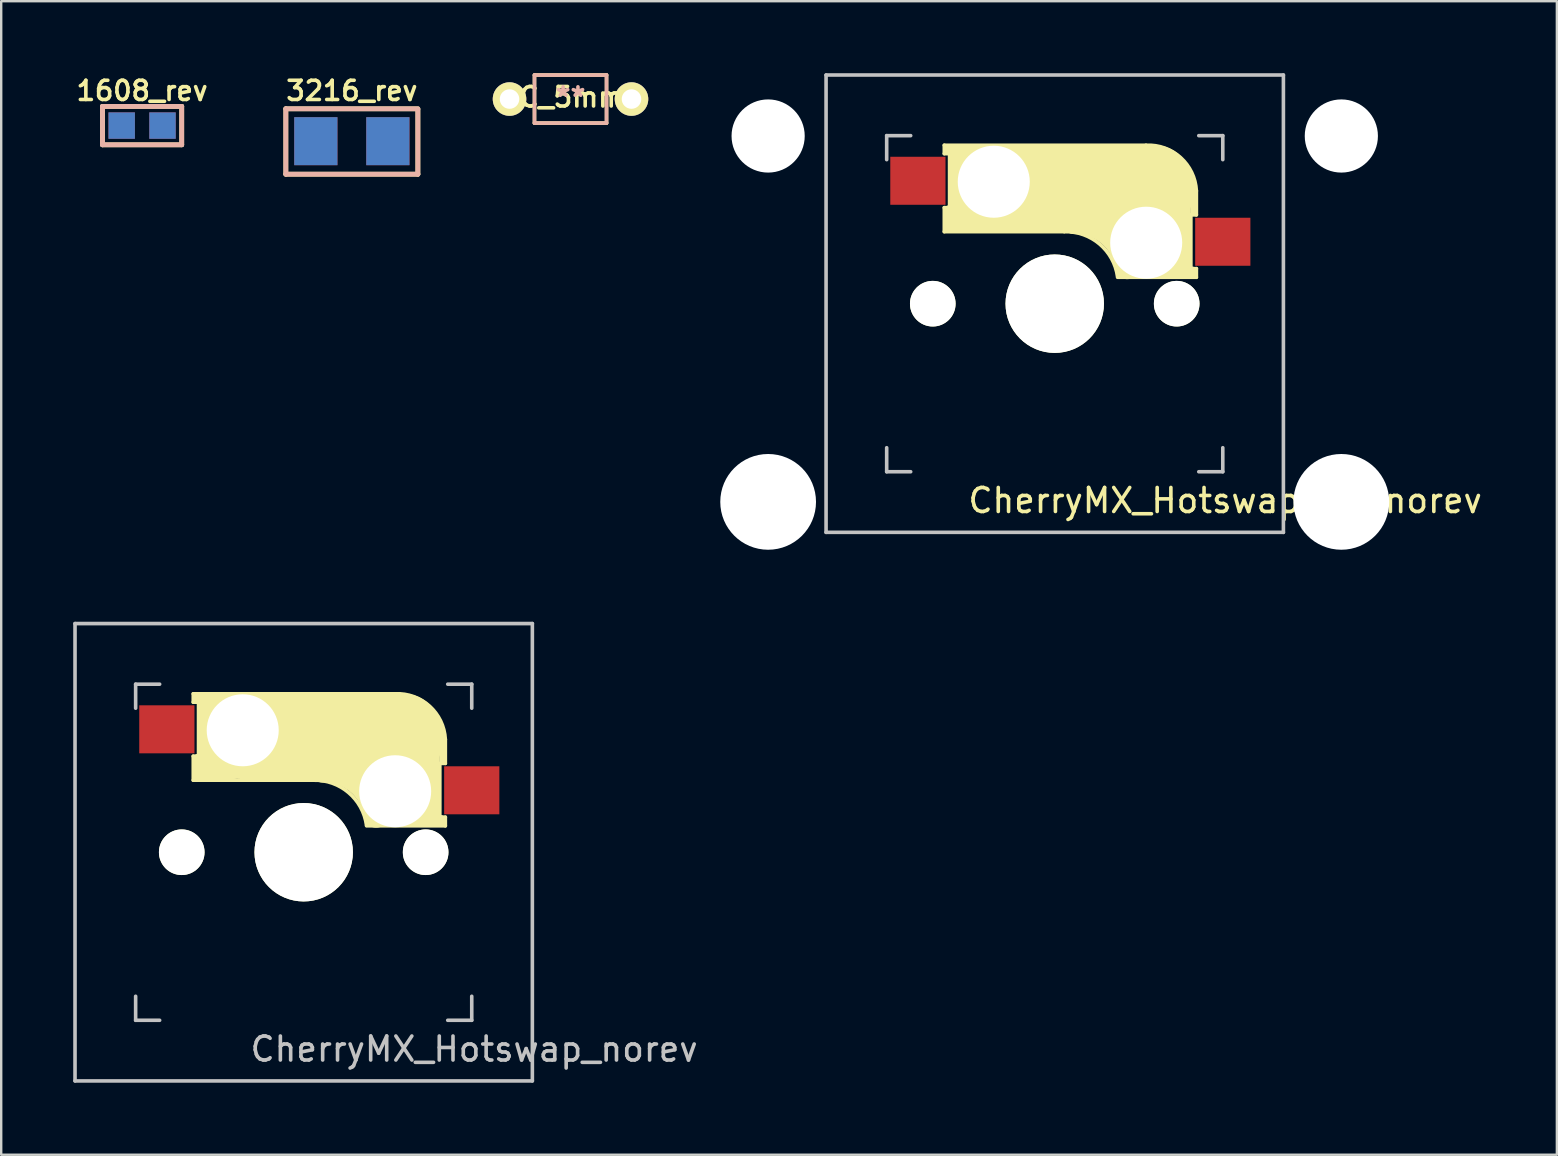
<source format=kicad_pcb>
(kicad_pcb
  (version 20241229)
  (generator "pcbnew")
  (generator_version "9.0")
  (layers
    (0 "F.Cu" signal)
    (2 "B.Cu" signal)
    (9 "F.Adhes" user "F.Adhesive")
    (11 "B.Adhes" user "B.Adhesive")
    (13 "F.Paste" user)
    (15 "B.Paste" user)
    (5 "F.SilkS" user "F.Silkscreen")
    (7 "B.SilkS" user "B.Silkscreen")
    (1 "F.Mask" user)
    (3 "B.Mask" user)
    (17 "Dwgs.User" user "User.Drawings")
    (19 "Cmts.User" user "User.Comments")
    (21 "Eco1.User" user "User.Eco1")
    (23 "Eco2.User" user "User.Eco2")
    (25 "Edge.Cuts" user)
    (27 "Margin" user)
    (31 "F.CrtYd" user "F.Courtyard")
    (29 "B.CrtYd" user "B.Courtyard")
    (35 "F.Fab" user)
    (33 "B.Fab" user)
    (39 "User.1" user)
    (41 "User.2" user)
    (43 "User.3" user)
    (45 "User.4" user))
  (footprint "C_5mm"
    (layer "F.Cu")
    (at 20.714 1.076)
    (property "Reference" "C_5mm" (at 0.05 -0.08 0) (layer "F.SilkS") (effects (font (size 0.813 0.813) (thickness 0.15))))
    (attr through_hole)
    (fp_line (start -1.501 -1.001) (end -1.501 1.001) (stroke (width 0.15) (type solid)) (layer "F.SilkS"))
    (fp_line (start -1.501 1.001) (end 1.501 1.001) (stroke (width 0.15) (type solid)) (layer "F.SilkS"))
    (fp_line (start 1.501 -1.001) (end -1.501 -1.001) (stroke (width 0.15) (type solid)) (layer "F.SilkS"))
    (fp_line (start 1.501 1.001) (end 1.501 -1.001) (stroke (width 0.15) (type solid)) (layer "F.SilkS"))
    (fp_line (start -1.5 -1) (end 1.5 -1) (stroke (width 0.15) (type solid)) (layer "B.SilkS"))
    (fp_line (start -1.5 1) (end -1.5 -1) (stroke (width 0.15) (type solid)) (layer "B.SilkS"))
    (fp_line (start 1.5 -1) (end 1.5 1) (stroke (width 0.15) (type solid)) (layer "B.SilkS"))
    (fp_line (start 1.5 1) (end -1.5 1) (stroke (width 0.15) (type solid)) (layer "B.SilkS"))
    (fp_text user "**" (at 0 -0.064 0) (layer "B.SilkS") (effects (font (size 0.813 0.813) (thickness 0.15)) (justify mirror)))
    (pad "1" thru_hole circle (at -2.54 0) (size 1.397 1.397) (drill 0.813) (layers "*.Cu" "*.Mask" "F.SilkS"))
    (pad "2" thru_hole circle (at 2.54 0) (size 1.397 1.397) (drill 0.813) (layers "*.Cu" "*.Mask" "F.SilkS")))
  (footprint "CherryMX_Hotswap_norev"
    (layer "F.Cu")
    (at 9.6 32.449)
    (property "Reference" "CherryMX_Hotswap_norev" (at 7.1 8.2 0) (layer "Dwgs.User") (effects (font (size 1 1) (thickness 0.15))))
    (attr through_hole)
    (fp_line (start -4.6 -6.6) (end 3.8 -6.6) (stroke (width 0.15) (type solid)) (layer "F.SilkS"))
    (fp_line (start -4.6 -6.25) (end -4.6 -6.6) (stroke (width 0.15) (type solid)) (layer "F.SilkS"))
    (fp_line (start -4.6 -4) (end -4.4 -4) (stroke (width 0.15) (type solid)) (layer "F.SilkS"))
    (fp_line (start -4.6 -3) (end -4.6 -4) (stroke (width 0.15) (type solid)) (layer "F.SilkS"))
    (fp_line (start -4.4 -6.4) (end -3 -6.4) (stroke (width 0.4) (type solid)) (layer "F.SilkS"))
    (fp_line (start -4.4 -6.25) (end -4.6 -6.25) (stroke (width 0.15) (type solid)) (layer "F.SilkS"))
    (fp_line (start -4.4 -3.9) (end -4.4 -3.2) (stroke (width 0.4) (type solid)) (layer "F.SilkS"))
    (fp_line (start -4.38 -4) (end -4.38 -6.25) (stroke (width 0.15) (type solid)) (layer "F.SilkS"))
    (fp_line (start -4.3 -3.3) (end -2.9 -3.3) (stroke (width 0.5) (type solid)) (layer "F.SilkS"))
    (fp_line (start -3.9 -6) (end -3.9 -3.5) (stroke (width 1) (type solid)) (layer "F.SilkS"))
    (fp_line (start -2.6 -4.8) (end 4.1 -4.8) (stroke (width 3.5) (type solid)) (layer "F.SilkS"))
    (fp_line (start 0.4 -3) (end -4.6 -3) (stroke (width 0.15) (type solid)) (layer "F.SilkS"))
    (fp_line (start 4.17 -5.1) (end 4.17 -2.86) (stroke (width 3) (type solid)) (layer "F.SilkS"))
    (fp_line (start 5.3 -1.6) (end 5.3 -3.4) (stroke (width 0.8) (type solid)) (layer "F.SilkS"))
    (fp_line (start 5.67 -3.7) (end 5.67 -1.46) (stroke (width 0.15) (type solid)) (layer "F.SilkS"))
    (fp_line (start 5.7 -1.46) (end 5.9 -1.46) (stroke (width 0.15) (type solid)) (layer "F.SilkS"))
    (fp_line (start 5.7 -1.3) (end 3 -1.3) (stroke (width 0.5) (type solid)) (layer "F.SilkS"))
    (fp_line (start 5.8 -3.8) (end 5.8 -4.7) (stroke (width 0.3) (type solid)) (layer "F.SilkS"))
    (fp_line (start 5.9 -4.7) (end 5.9 -3.7) (stroke (width 0.15) (type solid)) (layer "F.SilkS"))
    (fp_line (start 5.9 -3.7) (end 5.7 -3.7) (stroke (width 0.15) (type solid)) (layer "F.SilkS"))
    (fp_line (start 5.9 -1.1) (end 2.62 -1.1) (stroke (width 0.15) (type solid)) (layer "F.SilkS"))
    (fp_line (start 5.9 -1.1) (end 5.9 -1.46) (stroke (width 0.15) (type solid)) (layer "F.SilkS"))
    (fp_arc (start 0.4 -3) (mid 1.868709 -2.486118) (end 2.616318 -1.121471) (stroke (width 0.15) (type solid)) (layer "F.SilkS"))
    (fp_arc (start 0.8 -3.4) (mid 2.268709 -2.886118) (end 3.016318 -1.521471) (stroke (width 1) (type solid)) (layer "F.SilkS"))
    (fp_arc (start 3.8 -6.600001) (mid 5.243504 -6.084925) (end 5.900001 -4.7) (stroke (width 0.15) (type solid)) (layer "F.SilkS"))
    (fp_line (start -9.525 -9.525) (end 9.525 -9.525) (stroke (width 0.15) (type solid)) (layer "Dwgs.User"))
    (fp_line (start -9.525 9.525) (end -9.525 -9.525) (stroke (width 0.15) (type solid)) (layer "Dwgs.User"))
    (fp_line (start -7 -7) (end -6 -7) (stroke (width 0.15) (type solid)) (layer "Dwgs.User"))
    (fp_line (start -7 -6) (end -7 -7) (stroke (width 0.15) (type solid)) (layer "Dwgs.User"))
    (fp_line (start -7 6) (end -7 7) (stroke (width 0.15) (type solid)) (layer "Dwgs.User"))
    (fp_line (start -7 7) (end -6 7) (stroke (width 0.15) (type solid)) (layer "Dwgs.User"))
    (fp_line (start 6 7) (end 7 7) (stroke (width 0.15) (type solid)) (layer "Dwgs.User"))
    (fp_line (start 7 -7) (end 6 -7) (stroke (width 0.15) (type solid)) (layer "Dwgs.User"))
    (fp_line (start 7 -7) (end 7 -6) (stroke (width 0.15) (type solid)) (layer "Dwgs.User"))
    (fp_line (start 7 7) (end 7 6) (stroke (width 0.15) (type solid)) (layer "Dwgs.User"))
    (fp_line (start 9.525 -9.525) (end 9.525 9.525) (stroke (width 0.15) (type solid)) (layer "Dwgs.User"))
    (fp_line (start 9.525 9.525) (end -9.525 9.525) (stroke (width 0.15) (type solid)) (layer "Dwgs.User"))
    (pad "" np_thru_hole circle (at -5.08 0) (size 1.9 1.9) (drill 1.9) (layers "*.Cu" "*.Mask" "F.SilkS"))
    (pad "" np_thru_hole circle (at -2.54 -5.08 180) (size 3 3) (drill 3) (layers "*.Cu" "*.Mask"))
    (pad "" np_thru_hole circle (at 0 0 90) (size 4.1 4.1) (drill 4.1) (layers "*.Cu" "*.Mask" "F.SilkS"))
    (pad "" np_thru_hole circle (at 3.81 -2.54 180) (size 3 3) (drill 3) (layers "*.Cu" "*.Mask"))
    (pad "" np_thru_hole circle (at 5.08 0) (size 1.9 1.9) (drill 1.9) (layers "*.Cu" "*.Mask" "F.SilkS"))
    (pad "1" smd rect (at 7 -2.58 180) (size 2.3 2) (layers "F.Cu" "F.Mask" "F.Paste"))
    (pad "2" smd rect (at -5.7 -5.12 180) (size 2.3 2) (layers "F.Cu" "F.Mask" "F.Paste")))
  (footprint "3216_rev"
    (layer "F.Cu")
    (at 11.606 2.831)
    (property "Reference" "3216_rev" (at 0 -2.1 0) (layer "F.SilkS") (effects (font (size 0.8 0.8) (thickness 0.15))))
    (attr smd)
    (fp_line (start -2.75 -1.35) (end -2.75 1.375) (stroke (width 0.2) (type solid)) (layer "F.SilkS"))
    (fp_line (start -2.75 -1.35) (end 2.75 -1.35) (stroke (width 0.2) (type solid)) (layer "F.SilkS"))
    (fp_line (start 2.75 1.375) (end -2.75 1.375) (stroke (width 0.2) (type solid)) (layer "F.SilkS"))
    (fp_line (start 2.75 1.375) (end 2.75 -1.325) (stroke (width 0.2) (type solid)) (layer "F.SilkS"))
    (fp_line (start -2.75 -1.35) (end -2.75 1.375) (stroke (width 0.2) (type solid)) (layer "B.SilkS"))
    (fp_line (start -2.75 -1.35) (end 2.75 -1.35) (stroke (width 0.2) (type solid)) (layer "B.SilkS"))
    (fp_line (start 2.75 1.375) (end -2.75 1.375) (stroke (width 0.2) (type solid)) (layer "B.SilkS"))
    (fp_line (start 2.75 1.375) (end 2.75 -1.325) (stroke (width 0.2) (type solid)) (layer "B.SilkS"))
    (pad "1" smd rect (at -1.5 0) (size 1.8 2) (layers "F.Cu" "F.Mask" "F.Paste"))
    (pad "1" smd rect (at -1.5 0) (size 1.8 2) (layers "B.Cu" "B.Mask" "B.Paste"))
    (pad "2" smd rect (at 1.5 0) (size 1.8 2) (layers "F.Cu" "F.Mask" "F.Paste"))
    (pad "2" smd rect (at 1.5 0) (size 1.8 2) (layers "B.Cu" "B.Mask" "B.Paste")))
  (footprint "CherryMX_Hotswap_2U_norev"
    (layer "F.Cu")
    (at 40.884 9.6)
    (property "Reference" "CherryMX_Hotswap_2U_norev" (at 7.1 8.2 0) (layer "F.SilkS") (effects (font (size 1 1) (thickness 0.15))))
    (attr through_hole)
    (fp_line (start -4.6 -6.6) (end 3.8 -6.6) (stroke (width 0.15) (type solid)) (layer "F.SilkS"))
    (fp_line (start -4.6 -6.25) (end -4.6 -6.6) (stroke (width 0.15) (type solid)) (layer "F.SilkS"))
    (fp_line (start -4.6 -4) (end -4.4 -4) (stroke (width 0.15) (type solid)) (layer "F.SilkS"))
    (fp_line (start -4.6 -3) (end -4.6 -4) (stroke (width 0.15) (type solid)) (layer "F.SilkS"))
    (fp_line (start -4.4 -6.4) (end -3 -6.4) (stroke (width 0.4) (type solid)) (layer "F.SilkS"))
    (fp_line (start -4.4 -6.25) (end -4.6 -6.25) (stroke (width 0.15) (type solid)) (layer "F.SilkS"))
    (fp_line (start -4.4 -3.9) (end -4.4 -3.2) (stroke (width 0.4) (type solid)) (layer "F.SilkS"))
    (fp_line (start -4.38 -4) (end -4.38 -6.25) (stroke (width 0.15) (type solid)) (layer "F.SilkS"))
    (fp_line (start -4.3 -3.3) (end -2.9 -3.3) (stroke (width 0.5) (type solid)) (layer "F.SilkS"))
    (fp_line (start -3.9 -6) (end -3.9 -3.5) (stroke (width 1) (type solid)) (layer "F.SilkS"))
    (fp_line (start -2.6 -4.8) (end 4.1 -4.8) (stroke (width 3.5) (type solid)) (layer "F.SilkS"))
    (fp_line (start 0.4 -3) (end -4.6 -3) (stroke (width 0.15) (type solid)) (layer "F.SilkS"))
    (fp_line (start 4.17 -5.1) (end 4.17 -2.86) (stroke (width 3) (type solid)) (layer "F.SilkS"))
    (fp_line (start 5.3 -1.6) (end 5.3 -3.4) (stroke (width 0.8) (type solid)) (layer "F.SilkS"))
    (fp_line (start 5.67 -3.7) (end 5.67 -1.46) (stroke (width 0.15) (type solid)) (layer "F.SilkS"))
    (fp_line (start 5.7 -1.46) (end 5.9 -1.46) (stroke (width 0.15) (type solid)) (layer "F.SilkS"))
    (fp_line (start 5.7 -1.3) (end 3 -1.3) (stroke (width 0.5) (type solid)) (layer "F.SilkS"))
    (fp_line (start 5.8 -3.8) (end 5.8 -4.7) (stroke (width 0.3) (type solid)) (layer "F.SilkS"))
    (fp_line (start 5.9 -4.7) (end 5.9 -3.7) (stroke (width 0.15) (type solid)) (layer "F.SilkS"))
    (fp_line (start 5.9 -3.7) (end 5.7 -3.7) (stroke (width 0.15) (type solid)) (layer "F.SilkS"))
    (fp_line (start 5.9 -1.1) (end 2.62 -1.1) (stroke (width 0.15) (type solid)) (layer "F.SilkS"))
    (fp_line (start 5.9 -1.1) (end 5.9 -1.46) (stroke (width 0.15) (type solid)) (layer "F.SilkS"))
    (fp_arc (start 0.4 -3) (mid 1.868709 -2.486118) (end 2.616318 -1.121471) (stroke (width 0.15) (type solid)) (layer "F.SilkS"))
    (fp_arc (start 0.8 -3.4) (mid 2.268709 -2.886118) (end 3.016318 -1.521471) (stroke (width 1) (type solid)) (layer "F.SilkS"))
    (fp_arc (start 3.8 -6.600001) (mid 5.243504 -6.084925) (end 5.900001 -4.7) (stroke (width 0.15) (type solid)) (layer "F.SilkS"))
    (fp_line (start -9.525 -9.525) (end 9.525 -9.525) (stroke (width 0.15) (type solid)) (layer "Dwgs.User"))
    (fp_line (start -9.525 9.525) (end -9.525 -9.525) (stroke (width 0.15) (type solid)) (layer "Dwgs.User"))
    (fp_line (start -7 -7) (end -6 -7) (stroke (width 0.15) (type solid)) (layer "Dwgs.User"))
    (fp_line (start -7 -6) (end -7 -7) (stroke (width 0.15) (type solid)) (layer "Dwgs.User"))
    (fp_line (start -7 6) (end -7 7) (stroke (width 0.15) (type solid)) (layer "Dwgs.User"))
    (fp_line (start -7 7) (end -6 7) (stroke (width 0.15) (type solid)) (layer "Dwgs.User"))
    (fp_line (start 6 7) (end 7 7) (stroke (width 0.15) (type solid)) (layer "Dwgs.User"))
    (fp_line (start 7 -7) (end 6 -7) (stroke (width 0.15) (type solid)) (layer "Dwgs.User"))
    (fp_line (start 7 -7) (end 7 -6) (stroke (width 0.15) (type solid)) (layer "Dwgs.User"))
    (fp_line (start 7 7) (end 7 6) (stroke (width 0.15) (type solid)) (layer "Dwgs.User"))
    (fp_line (start 9.525 -9.525) (end 9.525 9.525) (stroke (width 0.15) (type solid)) (layer "Dwgs.User"))
    (fp_line (start 9.525 9.525) (end -9.525 9.525) (stroke (width 0.15) (type solid)) (layer "Dwgs.User"))
    (pad "" np_thru_hole circle (at -11.938 -6.985) (size 3.048 3.048) (drill 3.048) (layers "*.Cu" "*.Mask"))
    (pad "" np_thru_hole circle (at -11.938 8.255) (size 3.988 3.988) (drill 3.988) (layers "*.Cu" "*.Mask"))
    (pad "" np_thru_hole circle (at -5.08 0) (size 1.9 1.9) (drill 1.9) (layers "*.Cu" "*.Mask" "F.SilkS"))
    (pad "" np_thru_hole circle (at -2.54 -5.08 180) (size 3 3) (drill 3) (layers "*.Cu" "*.Mask"))
    (pad "" np_thru_hole circle (at 0 0 90) (size 4.1 4.1) (drill 4.1) (layers "*.Cu" "*.Mask" "F.SilkS"))
    (pad "" np_thru_hole circle (at 3.81 -2.54 180) (size 3 3) (drill 3) (layers "*.Cu" "*.Mask"))
    (pad "" np_thru_hole circle (at 5.08 0) (size 1.9 1.9) (drill 1.9) (layers "*.Cu" "*.Mask" "F.SilkS"))
    (pad "" np_thru_hole circle (at 11.938 -6.985) (size 3.048 3.048) (drill 3.048) (layers "*.Cu" "*.Mask"))
    (pad "" np_thru_hole circle (at 11.938 8.255) (size 3.988 3.988) (drill 3.988) (layers "*.Cu" "*.Mask"))
    (pad "1" smd rect (at 7 -2.58 180) (size 2.3 2) (layers "F.Cu" "F.Mask" "F.Paste"))
    (pad "2" smd rect (at -5.7 -5.12 180) (size 2.3 2) (layers "F.Cu" "F.Mask" "F.Paste")))
  (footprint "1608_rev"
    (layer "F.Cu")
    (at 2.869 2.181)
    (property "Reference" "1608_rev" (at 0 -1.45 0) (layer "F.SilkS") (effects (font (size 0.8 0.8) (thickness 0.15))))
    (attr through_hole)
    (fp_line (start -1.65 -0.8) (end 1.65 -0.8) (stroke (width 0.2) (type solid)) (layer "F.SilkS"))
    (fp_line (start -1.65 0.8) (end -1.65 -0.8) (stroke (width 0.2) (type solid)) (layer "F.SilkS"))
    (fp_line (start 1.65 -0.8) (end 1.65 0.8) (stroke (width 0.2) (type solid)) (layer "F.SilkS"))
    (fp_line (start 1.65 0.8) (end -1.65 0.8) (stroke (width 0.2) (type solid)) (layer "F.SilkS"))
    (fp_line (start -1.65 -0.8) (end 1.65 -0.8) (stroke (width 0.2) (type solid)) (layer "B.SilkS"))
    (fp_line (start -1.65 0.8) (end -1.65 -0.8) (stroke (width 0.2) (type solid)) (layer "B.SilkS"))
    (fp_line (start 1.65 -0.8) (end 1.65 0.8) (stroke (width 0.2) (type solid)) (layer "B.SilkS"))
    (fp_line (start 1.65 0.8) (end -1.65 0.8) (stroke (width 0.2) (type solid)) (layer "B.SilkS"))
    (pad "1" smd rect (at -0.85 0) (size 1.1 1.1) (layers "F.Cu" "F.Mask" "F.Paste"))
    (pad "1" smd rect (at -0.85 0) (size 1.1 1.1) (layers "B.Cu" "B.Mask" "B.Paste"))
    (pad "2" smd rect (at 0.85 0) (size 1.1 1.1) (layers "F.Cu" "F.Mask" "F.Paste"))
    (pad "2" smd rect (at 0.85 0) (size 1.1 1.1) (layers "B.Cu" "B.Mask" "B.Paste")))
  (gr_rect
    (start -3 -3)
    (end 61.8 45.049)
    (stroke (width 0.1) (type default))
    (fill no)
    (layer "Edge.Cuts")))
</source>
